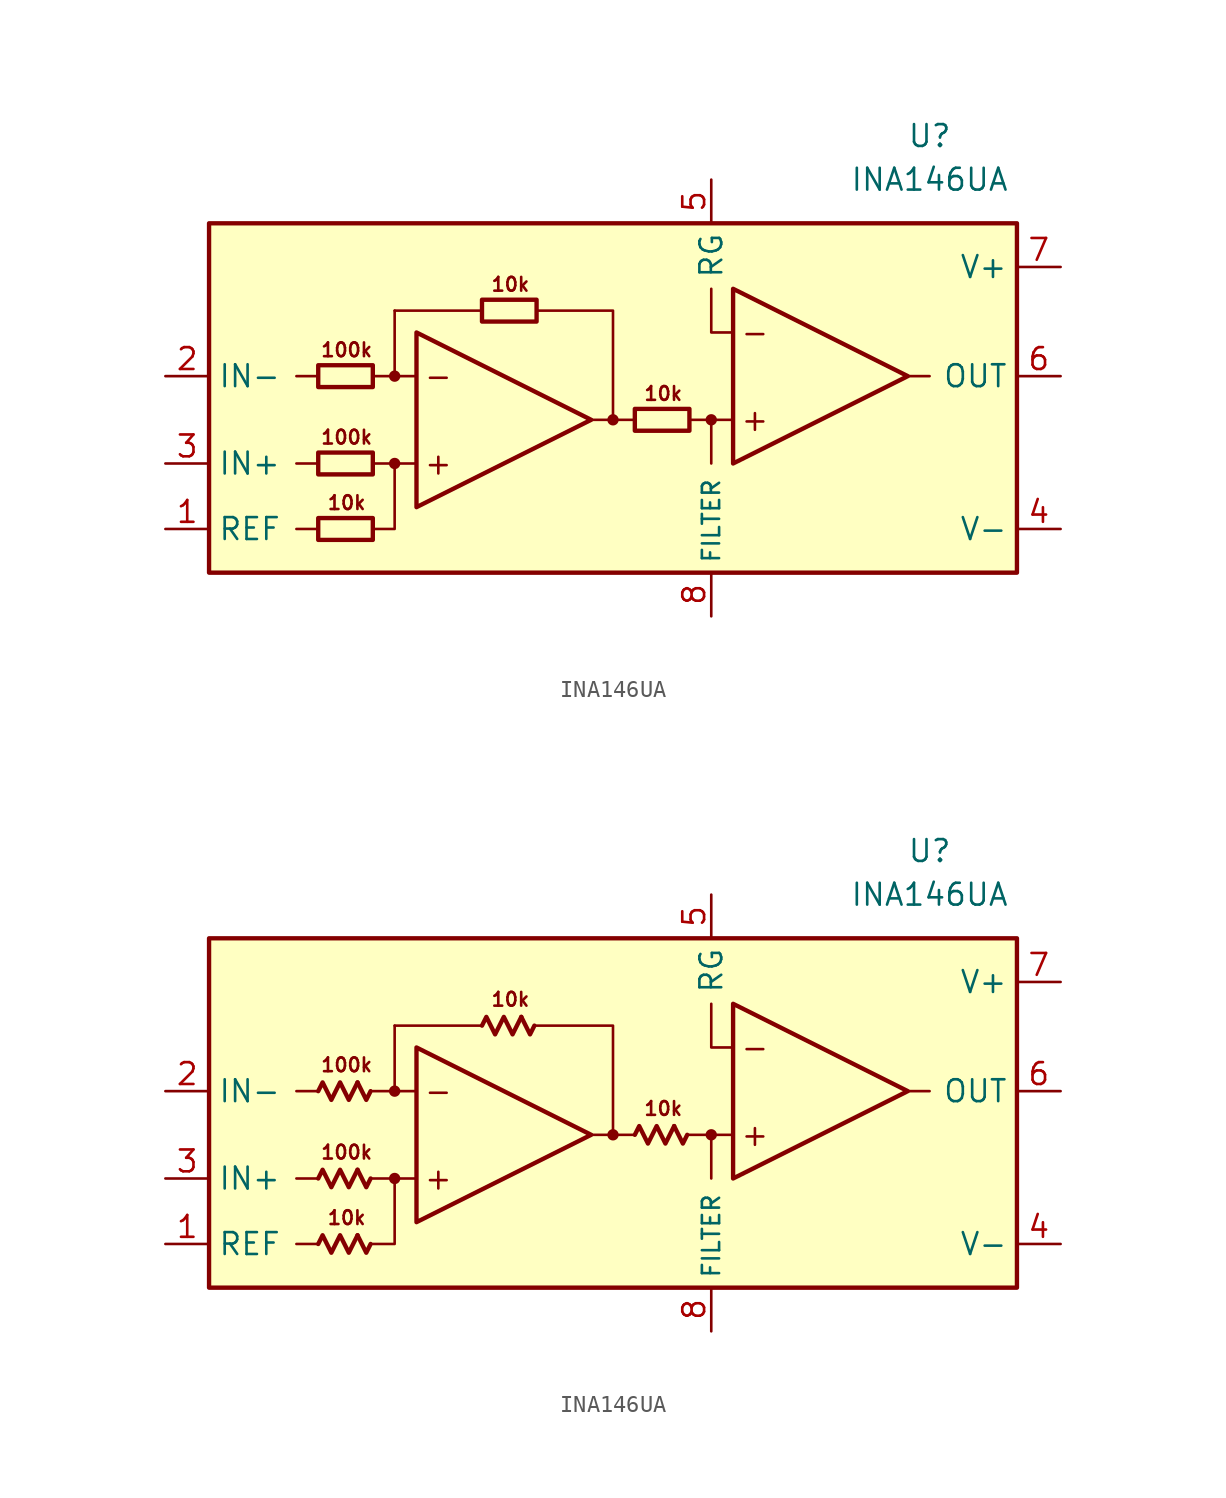
<source format=kicad_sym>
(kicad_symbol_lib
  (version 20231120)
  (generator "kicad_symbol_editor")
  (generator_version "8.0")
  (symbol "INA146UA"
    (property "Reference" "U"
      (at 17.78 15.24 0)
      (effects (font (size 1.27 1.27))))
    (property "Value" "INA146UA"
      (at 17.78 12.7 0)
      (effects (font (size 1.27 1.27))))
    (symbol "INA146UA_0_0"
      (rectangle (start -24.13 10.16) (end 22.86 -10.16) (stroke (width 0.254) (type default)) (fill (type background)))
      (circle (center -13.335 -3.81) (radius 0.254) (stroke (width 0.152) (type default)) (fill (type outline)))
      (circle (center -13.335 1.27) (radius 0.254) (stroke (width 0.152) (type default)) (fill (type outline)))
      (circle (center -0.635 -1.27) (radius 0.254) (stroke (width 0.152) (type default)) (fill (type outline)))
      (polyline (pts (xy -17.78 -7.62) (xy -19.05 -7.62)) (stroke (width 0.152) (type default)) (fill (type none)))
      (polyline (pts (xy -17.78 -3.81) (xy -19.05 -3.81)) (stroke (width 0.152) (type default)) (fill (type none)))
      (polyline (pts (xy -17.78 1.27) (xy -19.05 1.27)) (stroke (width 0.152) (type default)) (fill (type none)))
      (polyline (pts (xy -13.335 -3.81) (xy -14.605 -3.81)) (stroke (width 0) (type default)) (fill (type none)))
      (polyline (pts (xy -13.335 1.27) (xy -14.605 1.27)) (stroke (width 0) (type default)) (fill (type none)))
      (polyline (pts (xy -8.255 5.08) (xy -13.335 5.08)) (stroke (width 0.152) (type default)) (fill (type none)))
      (polyline (pts (xy -1.905 -1.27) (xy -0.635 -1.27)) (stroke (width 0.152) (type default)) (fill (type none)))
      (polyline (pts (xy 0.635 -1.27) (xy -0.635 -1.27)) (stroke (width 0.152) (type default)) (fill (type none)))
      (polyline (pts (xy 3.81 -1.27) (xy 5.08 -1.27)) (stroke (width 0.152) (type default)) (fill (type none)))
      (polyline (pts (xy 6.35 -1.27) (xy 5.08 -1.27)) (stroke (width 0.152) (type default)) (fill (type none)))
      (polyline (pts (xy 16.51 1.27) (xy 17.78 1.27)) (stroke (width 0.152) (type default)) (fill (type none)))
      (polyline (pts (xy -0.635 -1.27) (xy -0.635 5.08) (xy -5.08 5.08)) (stroke (width 0.152) (type default)) (fill (type none)))
      (polyline (pts (xy 5.08 -1.27) (xy 5.08 -3.81) (xy 5.08 -3.81)) (stroke (width 0.152) (type default)) (fill (type none)))
      (polyline (pts (xy 6.35 3.81) (xy 5.08 3.81) (xy 5.08 6.35)) (stroke (width 0.152) (type default)) (fill (type none)))
      (polyline (pts (xy -14.605 -7.62) (xy -13.335 -7.62) (xy -13.335 -3.81) (xy -12.065 -3.81)) (stroke (width 0.152) (type default)) (fill (type none)))
      (polyline (pts (xy -12.065 1.27) (xy -13.335 1.27) (xy -13.335 5.08) (xy -13.335 5.08)) (stroke (width 0.152) (type default)) (fill (type none)))
      (polyline (pts (xy -12.065 3.81) (xy -12.065 -6.35) (xy -1.905 -1.27) (xy -12.065 3.81)) (stroke (width 0.254) (type default)) (fill (type none)))
      (polyline (pts (xy 6.35 6.35) (xy 6.35 -3.81) (xy 16.51 1.27) (xy 6.35 6.35)) (stroke (width 0.254) (type default)) (fill (type none)))
      (circle (center 5.08 -1.27) (radius 0.254) (stroke (width 0.152) (type default)) (fill (type outline)))
      (text "+" (at -10.795 -3.81 0) (effects (font (size 1.27 1.27))))
      (text "+" (at 7.62 -1.27 0) (effects (font (size 1.27 1.27))))
      (text "-" (at -10.795 1.27 0) (effects (font (size 1.27 1.27))))
      (text "-" (at 7.62 3.81 0) (effects (font (size 1.27 1.27))))
      (text "100k" (at -16.129 -2.286 0) (effects (font (size 0.8 0.8))))
      (text "100k" (at -16.129 2.794 0) (effects (font (size 0.8 0.8))))
      (text "10k" (at -16.129 -6.096 0) (effects (font (size 0.8 0.8))))
      (text "10k" (at -6.604 6.604 0) (effects (font (size 0.8 0.8))))
      (text "10k" (at 2.286 0.254 0) (effects (font (size 0.8 0.8)))))
    (symbol "INA146UA_0_1"
      (rectangle (start -17.78 -6.985) (end -14.605 -8.255) (stroke (width 0.254) (type default)) (fill (type none)))
      (rectangle (start -17.78 -3.175) (end -14.605 -4.445) (stroke (width 0.254) (type default)) (fill (type none)))
      (rectangle (start -17.78 1.905) (end -14.605 0.635) (stroke (width 0.254) (type default)) (fill (type none)))
      (rectangle (start -8.255 5.715) (end -5.08 4.445) (stroke (width 0.254) (type default)) (fill (type none)))
      (rectangle (start 0.635 -0.635) (end 3.81 -1.905) (stroke (width 0.254) (type default)) (fill (type none))))
    (symbol "INA146UA_0_2"
      (polyline (pts (xy -15.494 -7.112) (xy -14.986 -8.128) (xy -14.732 -7.62)) (stroke (width 0.254) (type default)) (fill (type none)))
      (polyline (pts (xy -15.494 -3.302) (xy -14.986 -4.318) (xy -14.732 -3.81)) (stroke (width 0.254) (type default)) (fill (type none)))
      (polyline (pts (xy -15.494 1.778) (xy -14.986 0.762) (xy -14.732 1.27)) (stroke (width 0.254) (type default)) (fill (type none)))
      (polyline (pts (xy -5.969 5.588) (xy -5.461 4.572) (xy -5.207 5.08)) (stroke (width 0.254) (type default)) (fill (type none)))
      (polyline (pts (xy 2.921 -0.762) (xy 3.429 -1.778) (xy 3.683 -1.27)) (stroke (width 0.254) (type default)) (fill (type none)))
      (polyline (pts (xy -17.78 -7.62) (xy -17.526 -7.112) (xy -17.018 -8.128) (xy -16.51 -7.112) (xy -16.002 -8.128) (xy -15.494 -7.112)) (stroke (width 0.254) (type default)) (fill (type none)))
      (polyline (pts (xy -17.78 -3.81) (xy -17.526 -3.302) (xy -17.018 -4.318) (xy -16.51 -3.302) (xy -16.002 -4.318) (xy -15.494 -3.302)) (stroke (width 0.254) (type default)) (fill (type none)))
      (polyline (pts (xy -17.78 1.27) (xy -17.526 1.778) (xy -17.018 0.762) (xy -16.51 1.778) (xy -16.002 0.762) (xy -15.494 1.778)) (stroke (width 0.254) (type default)) (fill (type none)))
      (polyline (pts (xy -8.255 5.08) (xy -8.001 5.588) (xy -7.493 4.572) (xy -6.985 5.588) (xy -6.477 4.572) (xy -5.969 5.588)) (stroke (width 0.254) (type default)) (fill (type none)))
      (polyline (pts (xy 0.635 -1.27) (xy 0.889 -0.762) (xy 1.397 -1.778) (xy 1.905 -0.762) (xy 2.413 -1.778) (xy 2.921 -0.762)) (stroke (width 0.254) (type default)) (fill (type none))))
    (symbol "INA146UA_1_1"
      (pin input line (at -26.67 -7.62 0) (length 2.54) (name "REF" (effects (font (size 1.27 1.27)))) (number "1" (effects (font (size 1.27 1.27)))))
      (pin input line (at -26.67 1.27 0) (length 2.54) (name "IN-" (effects (font (size 1.27 1.27)))) (number "2" (effects (font (size 1.27 1.27)))))
      (pin input line (at -26.67 -3.81 0) (length 2.54) (name "IN+" (effects (font (size 1.27 1.27)))) (number "3" (effects (font (size 1.27 1.27)))))
      (pin power_in line (at 25.4 -7.62 180) (length 2.54) (name "V-" (effects (font (size 1.27 1.27)))) (number "4" (effects (font (size 1.27 1.27)))))
      (pin passive line (at 5.08 12.7 270) (length 2.54) (name "RG" (effects (font (size 1.27 1.27)))) (number "5" (effects (font (size 1.27 1.27)))))
      (pin output line (at 25.4 1.27 180) (length 2.54) (name "OUT" (effects (font (size 1.27 1.27)))) (number "6" (effects (font (size 1.27 1.27)))))
      (pin power_in line (at 25.4 7.62 180) (length 2.54) (name "V+" (effects (font (size 1.27 1.27)))) (number "7" (effects (font (size 1.27 1.27)))))
      (pin passive line (at 5.08 -12.7 90) (length 2.54) (name "FILTER" (effects (font (size 1 1)))) (number "8" (effects (font (size 1.27 1.27))))))
    (symbol "INA146UA_1_2"
      (pin input line (at -26.67 -7.62 0) (length 2.54) (name "REF" (effects (font (size 1.27 1.27)))) (number "1" (effects (font (size 1.27 1.27)))))
      (pin input line (at -26.67 1.27 0) (length 2.54) (name "IN-" (effects (font (size 1.27 1.27)))) (number "2" (effects (font (size 1.27 1.27)))))
      (pin input line (at -26.67 -3.81 0) (length 2.54) (name "IN+" (effects (font (size 1.27 1.27)))) (number "3" (effects (font (size 1.27 1.27)))))
      (pin power_in line (at 25.4 -7.62 180) (length 2.54) (name "V-" (effects (font (size 1.27 1.27)))) (number "4" (effects (font (size 1.27 1.27)))))
      (pin passive line (at 5.08 12.7 270) (length 2.54) (name "RG" (effects (font (size 1.27 1.27)))) (number "5" (effects (font (size 1.27 1.27)))))
      (pin output line (at 25.4 1.27 180) (length 2.54) (name "OUT" (effects (font (size 1.27 1.27)))) (number "6" (effects (font (size 1.27 1.27)))))
      (pin power_in line (at 25.4 7.62 180) (length 2.54) (name "V+" (effects (font (size 1.27 1.27)))) (number "7" (effects (font (size 1.27 1.27)))))
      (pin passive line (at 5.08 -12.7 90) (length 2.54) (name "FILTER" (effects (font (size 1 1)))) (number "8" (effects (font (size 1.27 1.27))))))))
</source>
